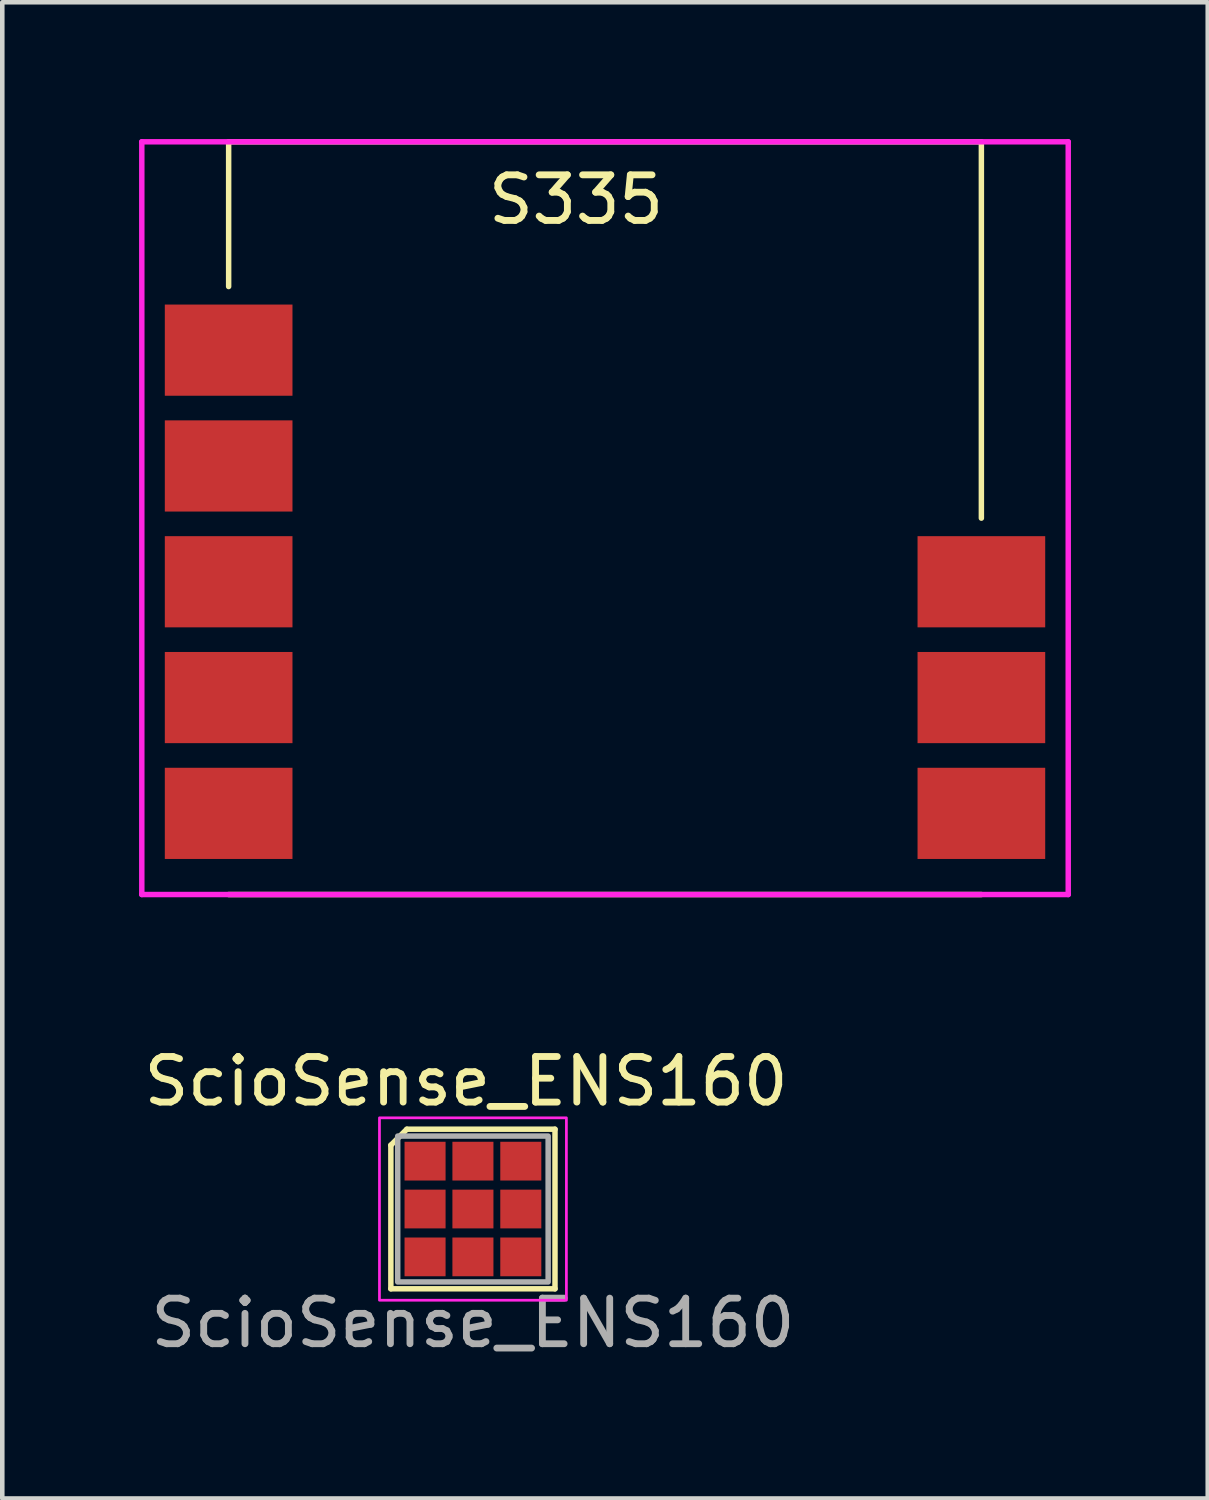
<source format=kicad_pcb>
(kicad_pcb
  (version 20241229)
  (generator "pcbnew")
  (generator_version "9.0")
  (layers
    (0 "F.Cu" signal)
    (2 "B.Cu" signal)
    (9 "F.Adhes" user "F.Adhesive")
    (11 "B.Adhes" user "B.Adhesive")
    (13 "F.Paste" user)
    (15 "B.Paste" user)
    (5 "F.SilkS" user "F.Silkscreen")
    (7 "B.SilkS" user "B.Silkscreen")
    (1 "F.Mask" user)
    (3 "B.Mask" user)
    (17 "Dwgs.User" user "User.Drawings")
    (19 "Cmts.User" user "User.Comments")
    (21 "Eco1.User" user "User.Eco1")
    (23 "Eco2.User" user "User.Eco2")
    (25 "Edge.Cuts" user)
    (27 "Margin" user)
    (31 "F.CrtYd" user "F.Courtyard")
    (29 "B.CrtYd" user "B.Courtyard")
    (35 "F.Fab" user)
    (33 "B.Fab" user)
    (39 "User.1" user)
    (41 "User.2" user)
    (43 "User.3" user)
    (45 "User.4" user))
  (footprint "S335"
    (layer "F.Cu")
    (at 1.965 16.57)
    (property "Reference" "S335" (at 7.62 -15.24 0) (layer "F.SilkS") (effects (font (size 1 1) (thickness 0.15))))
    (attr smd)
    (fp_line (start 0 -16.51) (end 16.51 -16.51) (stroke (width 0.12) (type solid)) (layer "F.SilkS"))
    (fp_line (start 0 -13.335) (end 0 -16.51) (stroke (width 0.12) (type solid)) (layer "F.SilkS"))
    (fp_line (start 0 0) (end 16.51 0) (stroke (width 0.12) (type solid)) (layer "F.SilkS"))
    (fp_line (start 16.51 -16.51) (end 16.51 -8.255) (stroke (width 0.12) (type solid)) (layer "F.SilkS"))
    (fp_line (start -1.905 -16.51) (end -1.905 0) (stroke (width 0.12) (type solid)) (layer "F.CrtYd"))
    (fp_line (start -1.905 0) (end 18.415 0) (stroke (width 0.12) (type solid)) (layer "F.CrtYd"))
    (fp_line (start 18.415 -16.51) (end -1.905 -16.51) (stroke (width 0.12) (type solid)) (layer "F.CrtYd"))
    (fp_line (start 18.415 0) (end 18.415 -16.51) (stroke (width 0.12) (type solid)) (layer "F.CrtYd"))
    (pad "1" smd rect (at 0 -11.94) (size 2.8 2) (layers "F.Cu" "F.Mask" "F.Paste"))
    (pad "2" smd rect (at 0 -9.4) (size 2.8 2) (layers "F.Cu" "F.Mask" "F.Paste"))
    (pad "3" smd rect (at 0 -6.86) (size 2.8 2) (layers "F.Cu" "F.Mask" "F.Paste"))
    (pad "4" smd rect (at 0 -4.32) (size 2.8 2) (layers "F.Cu" "F.Mask" "F.Paste"))
    (pad "5" smd rect (at 0 -1.78) (size 2.8 2) (layers "F.Cu" "F.Mask" "F.Paste"))
    (pad "6" smd rect (at 16.51 -1.78) (size 2.8 2) (layers "F.Cu" "F.Mask" "F.Paste"))
    (pad "7" smd rect (at 16.51 -4.32) (size 2.8 2) (layers "F.Cu" "F.Mask" "F.Paste"))
    (pad "8" smd rect (at 16.51 -6.86) (size 2.8 2) (layers "F.Cu" "F.Mask" "F.Paste")))
  (footprint "ScioSense_ENS160"
    (layer "F.Cu")
    (at 7.323 23.468)
    (property "Reference" "ScioSense_ENS160" (at -0.15 -2.8 0) (unlocked yes) (layer "F.SilkS") (effects (font (size 1 1) (thickness 0.15))))
    (attr smd)
    (fp_line (start -1.8 -1.4) (end -1.45 -1.75) (stroke (width 0.12) (type solid)) (layer "F.SilkS"))
    (fp_line (start -1.8 1.75) (end -1.8 -1.4) (stroke (width 0.12) (type solid)) (layer "F.SilkS"))
    (fp_line (start -1.45 -1.75) (end 1.8 -1.75) (stroke (width 0.12) (type solid)) (layer "F.SilkS"))
    (fp_line (start 1.8 -1.75) (end 1.8 1.75) (stroke (width 0.12) (type solid)) (layer "F.SilkS"))
    (fp_line (start 1.8 1.75) (end -1.8 1.75) (stroke (width 0.12) (type solid)) (layer "F.SilkS"))
    (fp_rect (start -2.05 -2) (end 2.05 2) (stroke (width 0.06) (type solid)) (fill no) (layer "F.CrtYd"))
    (fp_rect (start -1.65 -1.6) (end 1.65 1.6) (stroke (width 0.12) (type solid)) (fill no) (layer "F.Fab"))
    (fp_text user "${REFERENCE}" (at 0 2.5 0) (unlocked yes) (layer "F.Fab") (effects (font (size 1 1) (thickness 0.15))))
    (pad "1" smd rect (at -1.05 -1.05) (size 0.9 0.85) (layers "F.Cu" "F.Mask" "F.Paste"))
    (pad "2" smd rect (at -1.05 0) (size 0.9 0.85) (layers "F.Cu" "F.Mask" "F.Paste"))
    (pad "3" smd rect (at -1.05 1.05) (size 0.9 0.85) (layers "F.Cu" "F.Mask" "F.Paste"))
    (pad "4" smd rect (at 0 1.05) (size 0.9 0.85) (layers "F.Cu" "F.Mask" "F.Paste"))
    (pad "5" smd rect (at 1.05 1.05) (size 0.9 0.85) (layers "F.Cu" "F.Mask" "F.Paste"))
    (pad "6" smd rect (at 1.05 0) (size 0.9 0.85) (layers "F.Cu" "F.Mask" "F.Paste"))
    (pad "7" smd rect (at 1.05 -1.05) (size 0.9 0.85) (layers "F.Cu" "F.Mask" "F.Paste"))
    (pad "8" smd rect (at 0 -1.05) (size 0.9 0.85) (layers "F.Cu" "F.Mask" "F.Paste"))
    (pad "9" smd rect (at 0 0) (size 0.9 0.85) (layers "F.Cu" "F.Mask" "F.Paste")))
  (gr_rect
    (start -3 -3)
    (end 23.44 29.817)
    (stroke (width 0.1) (type default))
    (fill no)
    (layer "Edge.Cuts")))
</source>
